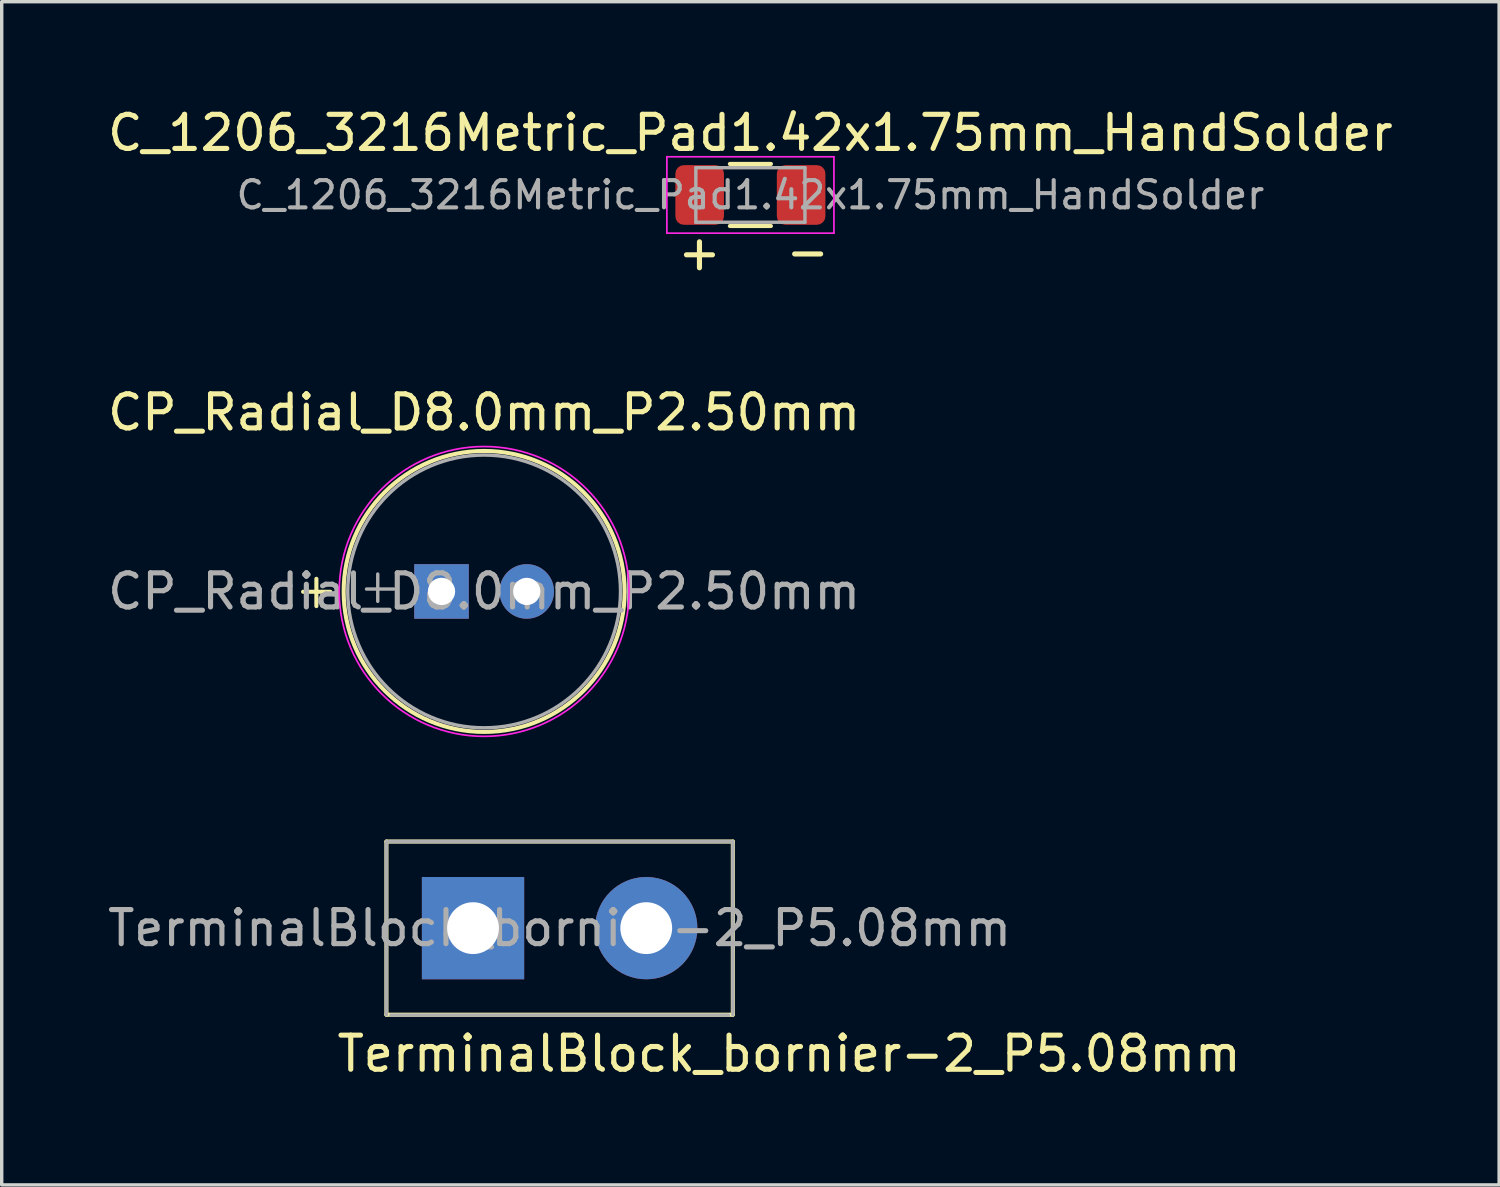
<source format=kicad_pcb>
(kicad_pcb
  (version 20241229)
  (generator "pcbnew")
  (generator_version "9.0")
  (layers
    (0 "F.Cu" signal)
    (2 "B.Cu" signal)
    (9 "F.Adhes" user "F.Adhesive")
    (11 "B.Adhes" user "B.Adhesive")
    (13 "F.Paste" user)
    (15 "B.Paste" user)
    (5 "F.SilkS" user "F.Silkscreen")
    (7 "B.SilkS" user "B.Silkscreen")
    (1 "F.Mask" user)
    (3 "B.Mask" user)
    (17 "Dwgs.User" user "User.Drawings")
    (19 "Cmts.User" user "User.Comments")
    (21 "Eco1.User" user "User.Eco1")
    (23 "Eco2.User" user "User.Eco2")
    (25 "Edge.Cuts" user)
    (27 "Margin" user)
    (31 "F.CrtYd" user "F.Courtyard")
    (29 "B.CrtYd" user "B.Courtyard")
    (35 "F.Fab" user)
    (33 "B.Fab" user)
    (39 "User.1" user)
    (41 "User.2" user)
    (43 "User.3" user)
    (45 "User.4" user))
  (footprint "TerminalBlock_bornier-2_P5.08mm"
    (layer "F.Cu")
    (at 10.823 24.171)
    (property "Reference" "TerminalBlock_bornier-2_P5.08mm" (at 9.271 3.683 0) (layer "F.SilkS") (effects (font (size 1 1) (thickness 0.15))))
    (attr through_hole)
    (fp_line (start -2.54 -2.54) (end -2.54 2.54) (stroke (width 0.12) (type solid)) (layer "F.SilkS"))
    (fp_line (start 7.62 -2.54) (end -2.54 -2.54) (stroke (width 0.12) (type solid)) (layer "F.SilkS"))
    (fp_line (start 7.62 2.54) (end -2.54 2.54) (stroke (width 0.12) (type solid)) (layer "F.SilkS"))
    (fp_line (start 7.62 2.54) (end 7.62 -2.54) (stroke (width 0.12) (type solid)) (layer "F.SilkS"))
    (fp_line (start -2.54 -2.54) (end -2.54 2.54) (stroke (width 0.1) (type solid)) (layer "F.Fab"))
    (fp_line (start -2.41 2.55) (end 7.49 2.55) (stroke (width 0.1) (type solid)) (layer "F.Fab"))
    (fp_line (start 7.54 -2.54) (end -2.46 -2.54) (stroke (width 0.1) (type solid)) (layer "F.Fab"))
    (fp_line (start 7.62 2.54) (end 7.62 -2.54) (stroke (width 0.1) (type solid)) (layer "F.Fab"))
    (fp_text user "${REFERENCE}" (at 2.54 0 0) (layer "F.Fab") (effects (font (size 1 1) (thickness 0.15))))
    (pad "1" thru_hole rect (at 0 0) (size 3 3) (drill 1.52) (layers "*.Cu" "*.Mask"))
    (pad "2" thru_hole circle (at 5.08 0) (size 3 3) (drill 1.52) (layers "*.Cu" "*.Mask")))
  (footprint "CP_Radial_D8.0mm_P2.50mm"
    (layer "F.Cu")
    (at 9.899 14.296)
    (property "Reference" "CP_Radial_D8.0mm_P2.50mm" (at 1.25 -5.25 0) (layer "F.SilkS") (effects (font (size 1 1) (thickness 0.15))))
    (attr through_hole)
    (fp_line (start -4.06 0.01) (end -3.26 0.01) (stroke (width 0.12) (type solid)) (layer "F.SilkS"))
    (fp_line (start -3.67 -0.37) (end -3.67 0.43) (stroke (width 0.12) (type solid)) (layer "F.SilkS"))
    (fp_circle (center 1.25 0) (end 5.37 0) (stroke (width 0.12) (type solid)) (fill no) (layer "F.SilkS"))
    (fp_circle (center 1.25 0) (end 5.5 0) (stroke (width 0.05) (type solid)) (fill no) (layer "F.CrtYd"))
    (fp_line (start -2.2 -0.07) (end -1.4 -0.07) (stroke (width 0.1) (type solid)) (layer "F.Fab"))
    (fp_line (start -1.87 -0.51) (end -1.87 0.29) (stroke (width 0.1) (type solid)) (layer "F.Fab"))
    (fp_circle (center 1.25 0) (end 5.25 0) (stroke (width 0.1) (type solid)) (fill no) (layer "F.Fab"))
    (fp_text user "${REFERENCE}" (at 1.25 0 0) (layer "F.Fab") (effects (font (size 1 1) (thickness 0.15))))
    (pad "1" thru_hole rect (at 0 0) (size 1.6 1.6) (drill 0.8) (layers "*.Cu" "*.Mask"))
    (pad "2" thru_hole circle (at 2.5 0) (size 1.6 1.6) (drill 0.8) (layers "*.Cu" "*.Mask")))
  (footprint "C_1206_3216Metric_Pad1.42x1.75mm_HandSolder"
    (layer "F.Cu")
    (at 18.958 2.668)
    (property "Reference" "C_1206_3216Metric_Pad1.42x1.75mm_HandSolder" (at 0 -1.82 0) (layer "F.SilkS") (effects (font (size 1 1) (thickness 0.15))))
    (attr smd)
    (fp_line (start -0.602 -0.91) (end 0.602 -0.91) (stroke (width 0.12) (type solid)) (layer "F.SilkS"))
    (fp_line (start -0.602 0.91) (end 0.602 0.91) (stroke (width 0.12) (type solid)) (layer "F.SilkS"))
    (fp_line (start -2.45 -1.12) (end 2.45 -1.12) (stroke (width 0.05) (type solid)) (layer "F.CrtYd"))
    (fp_line (start -2.45 1.12) (end -2.45 -1.12) (stroke (width 0.05) (type solid)) (layer "F.CrtYd"))
    (fp_line (start 2.45 -1.12) (end 2.45 1.12) (stroke (width 0.05) (type solid)) (layer "F.CrtYd"))
    (fp_line (start 2.45 1.12) (end -2.45 1.12) (stroke (width 0.05) (type solid)) (layer "F.CrtYd"))
    (fp_line (start -1.6 -0.8) (end 1.6 -0.8) (stroke (width 0.1) (type solid)) (layer "F.Fab"))
    (fp_line (start -1.6 0.8) (end -1.6 -0.8) (stroke (width 0.1) (type solid)) (layer "F.Fab"))
    (fp_line (start 1.6 -0.8) (end 1.6 0.8) (stroke (width 0.1) (type solid)) (layer "F.Fab"))
    (fp_line (start 1.6 0.8) (end -1.6 0.8) (stroke (width 0.1) (type solid)) (layer "F.Fab"))
    (fp_text user "-" (at 1.679 1.656 0) (layer "F.SilkS") (effects (font (size 1 1) (thickness 0.15))))
    (fp_text user "+" (at -1.494 1.681 0) (layer "F.SilkS") (effects (font (size 1 1) (thickness 0.15))))
    (fp_text user "${REFERENCE}" (at 0 0 0) (layer "F.Fab") (effects (font (size 0.8 0.8) (thickness 0.12))))
    (pad "1" smd roundrect (at -1.488 0) (size 1.425 1.75) (layers "F.Cu" "F.Mask" "F.Paste") (roundrect_rratio 0.175))
    (pad "2" smd roundrect (at 1.488 0) (size 1.425 1.75) (layers "F.Cu" "F.Mask" "F.Paste") (roundrect_rratio 0.175)))
  (gr_rect
    (start -3 -3)
    (end 40.917 31.702)
    (stroke (width 0.1) (type default))
    (fill no)
    (layer "Edge.Cuts")))
</source>
